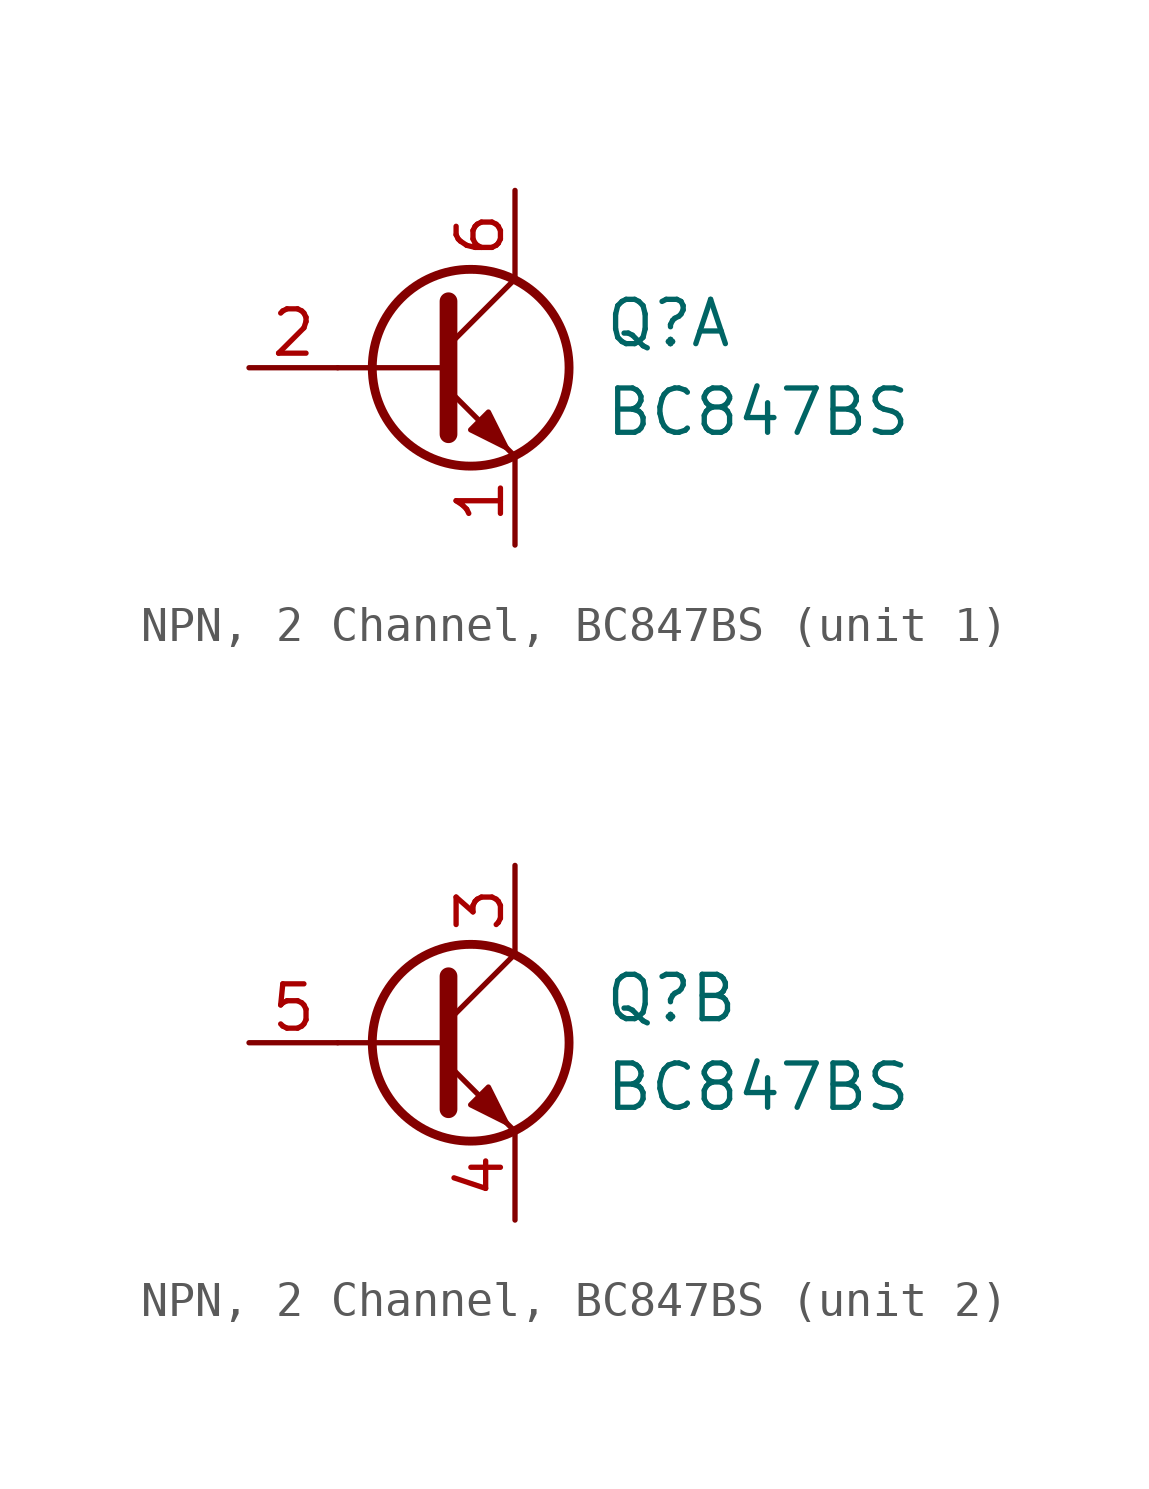
<source format=kicad_sym>
(kicad_symbol_lib
  (version 20231120)
  (generator "CDFER_Archive_Tool")
  (generator_version "0.0")
  (symbol "NPN, 2 Channel, BC847BS"
    (pin_names
      (offset 0) hide)
    (property "Reference" "Q"
      (at 5.08 1.27 0)
      (effects (font (size 1.27 1.27)) (justify left)))
    (property "Value" "BC847BS"
      (at 5.08 -1.27 0)
      (effects (font (size 1.27 1.27)) (justify left)))
    (property "ki_locked" ""
      (at 0 0 0)
      (effects (font (size 1.27 1.27))))
    (symbol "NPN, 2 Channel, BC847BS_0_1"
      (polyline (pts (xy 0.635 0) (xy -2.54 0)) (stroke (width 0) (type default)) (fill (type none)))
      (polyline (pts (xy 0.635 0.635) (xy 2.54 2.54)) (stroke (width 0) (type default)) (fill (type none)))
      (polyline (pts (xy 0.635 -0.635) (xy 2.54 -2.54) (xy 2.54 -2.54)) (stroke (width 0) (type default)) (fill (type none)))
      (polyline (pts (xy 0.635 1.905) (xy 0.635 -1.905) (xy 0.635 -1.905)) (stroke (width 0.508) (type default)) (fill (type none)))
      (polyline (pts (xy 1.27 -1.778) (xy 1.778 -1.27) (xy 2.286 -2.286) (xy 1.27 -1.778) (xy 1.27 -1.778)) (stroke (width 0) (type default)) (fill (type outline)))
      (circle (center 1.27 0) (radius 2.819) (stroke (width 0.254) (type default)) (fill (type none))))
    (symbol "NPN, 2 Channel, BC847BS_1_1"
      (pin passive line (at 2.54 -5.08 90) (length 2.54) (name "E1" (effects (font (size 1.27 1.27)))) (number "1" (effects (font (size 1.27 1.27)))))
      (pin input line (at -5.08 0 0) (length 2.54) (name "B1" (effects (font (size 1.27 1.27)))) (number "2" (effects (font (size 1.27 1.27)))))
      (pin passive line (at 2.54 5.08 270) (length 2.54) (name "C1" (effects (font (size 1.27 1.27)))) (number "6" (effects (font (size 1.27 1.27))))))
    (symbol "NPN, 2 Channel, BC847BS_2_1"
      (pin passive line (at 2.54 5.08 270) (length 2.54) (name "C2" (effects (font (size 1.27 1.27)))) (number "3" (effects (font (size 1.27 1.27)))))
      (pin passive line (at 2.54 -5.08 90) (length 2.54) (name "E2" (effects (font (size 1.27 1.27)))) (number "4" (effects (font (size 1.27 1.27)))))
      (pin input line (at -5.08 0 0) (length 2.54) (name "B2" (effects (font (size 1.27 1.27)))) (number "5" (effects (font (size 1.27 1.27))))))))
</source>
